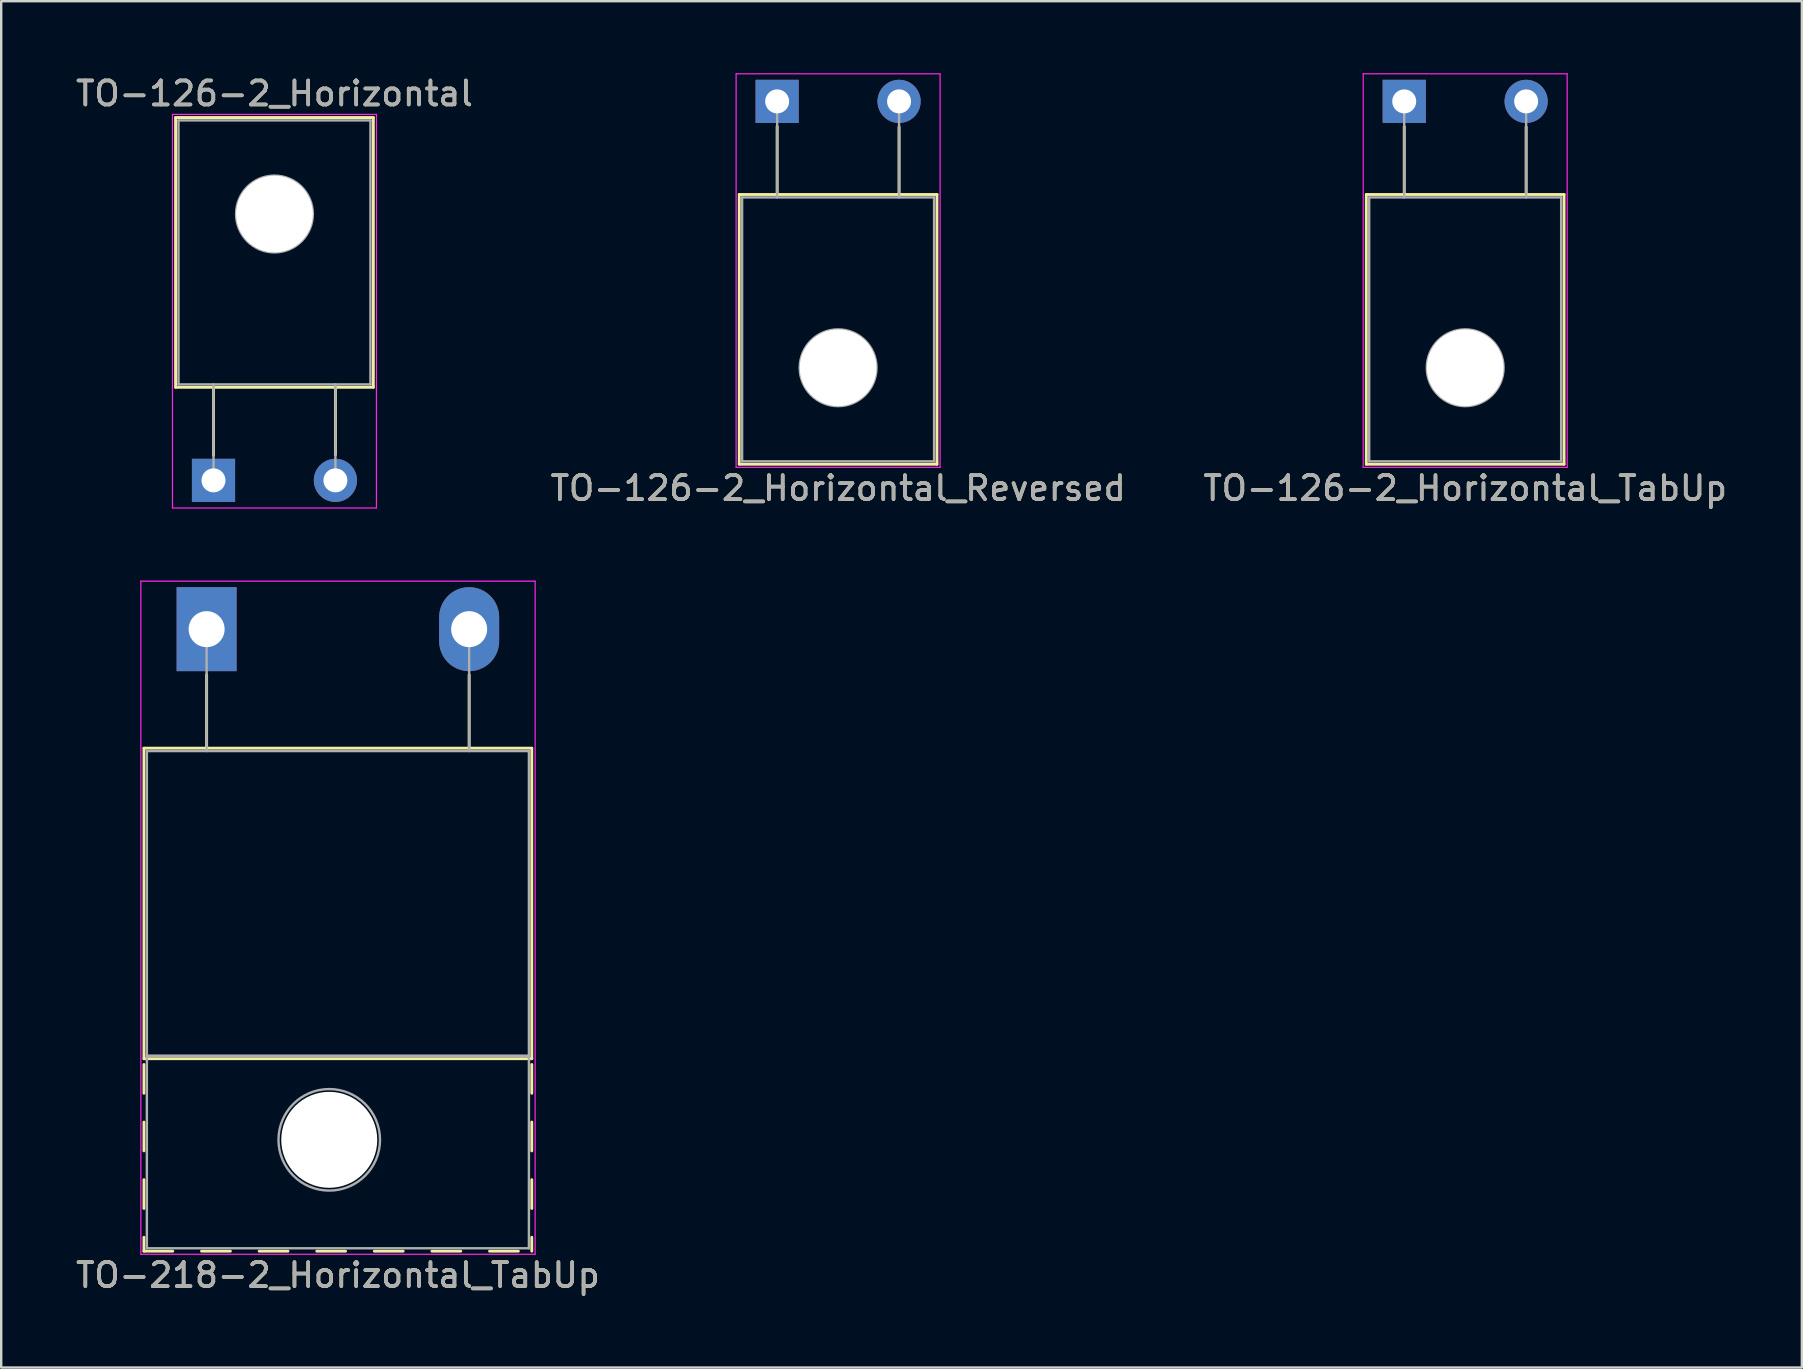
<source format=kicad_pcb>
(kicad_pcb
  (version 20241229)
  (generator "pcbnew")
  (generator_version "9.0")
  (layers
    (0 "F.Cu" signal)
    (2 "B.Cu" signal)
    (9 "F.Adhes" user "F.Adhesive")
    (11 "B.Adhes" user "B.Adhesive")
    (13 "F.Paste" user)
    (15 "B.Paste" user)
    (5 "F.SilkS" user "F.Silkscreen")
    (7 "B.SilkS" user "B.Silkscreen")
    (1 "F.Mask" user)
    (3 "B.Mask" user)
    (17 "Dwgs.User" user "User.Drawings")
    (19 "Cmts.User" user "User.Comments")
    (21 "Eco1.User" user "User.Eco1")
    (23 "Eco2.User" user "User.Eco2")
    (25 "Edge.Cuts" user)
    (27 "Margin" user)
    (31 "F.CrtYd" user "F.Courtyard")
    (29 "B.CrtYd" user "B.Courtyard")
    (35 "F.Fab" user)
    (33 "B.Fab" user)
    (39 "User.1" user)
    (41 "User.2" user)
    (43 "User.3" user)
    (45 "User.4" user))
  (footprint "TO-126-2_Horizontal_TabUp"
    (layer "F.Cu")
    (at 55.466 1.175)
    (property "Reference" "TO-126-2_Horizontal_TabUp" (at 2.54 16.12 0) (layer "F.SilkS") (effects (font (size 1 1) (thickness 0.15))))
    (attr through_hole)
    (fp_line (start -1.58 3.88) (end -1.58 15.12) (stroke (width 0.12) (type solid)) (layer "F.SilkS"))
    (fp_line (start -1.58 3.88) (end 6.66 3.88) (stroke (width 0.12) (type solid)) (layer "F.SilkS"))
    (fp_line (start -1.58 15.12) (end 6.66 15.12) (stroke (width 0.12) (type solid)) (layer "F.SilkS"))
    (fp_line (start 0 1.05) (end 0 3.88) (stroke (width 0.12) (type solid)) (layer "F.SilkS"))
    (fp_line (start 5.08 1.066) (end 5.08 3.88) (stroke (width 0.12) (type solid)) (layer "F.SilkS"))
    (fp_line (start 6.66 3.88) (end 6.66 15.12) (stroke (width 0.12) (type solid)) (layer "F.SilkS"))
    (fp_line (start -1.71 -1.15) (end -1.71 15.25) (stroke (width 0.05) (type solid)) (layer "F.CrtYd"))
    (fp_line (start -1.71 15.25) (end 6.79 15.25) (stroke (width 0.05) (type solid)) (layer "F.CrtYd"))
    (fp_line (start 6.79 -1.15) (end -1.71 -1.15) (stroke (width 0.05) (type solid)) (layer "F.CrtYd"))
    (fp_line (start 6.79 15.25) (end 6.79 -1.15) (stroke (width 0.05) (type solid)) (layer "F.CrtYd"))
    (fp_line (start -1.46 4) (end -1.46 15) (stroke (width 0.1) (type solid)) (layer "F.Fab"))
    (fp_line (start -1.46 15) (end 6.54 15) (stroke (width 0.1) (type solid)) (layer "F.Fab"))
    (fp_line (start 0 4) (end 0 0) (stroke (width 0.1) (type solid)) (layer "F.Fab"))
    (fp_line (start 5.08 4) (end 5.08 0) (stroke (width 0.1) (type solid)) (layer "F.Fab"))
    (fp_line (start 6.54 4) (end -1.46 4) (stroke (width 0.1) (type solid)) (layer "F.Fab"))
    (fp_line (start 6.54 15) (end 6.54 4) (stroke (width 0.1) (type solid)) (layer "F.Fab"))
    (fp_circle (center 2.54 11.1) (end 4.14 11.1) (stroke (width 0.1) (type solid)) (fill no) (layer "F.Fab"))
    (fp_text user "${REFERENCE}" (at 2.54 16.12 0) (layer "F.Fab") (effects (font (size 1 1) (thickness 0.15))))
    (pad "" np_thru_hole oval (at 2.54 11.1) (size 3.2 3.2) (drill 3.2) (layers "*.Cu" "*.Mask"))
    (pad "1" thru_hole rect (at 0 0) (size 1.8 1.8) (drill 1) (layers "*.Cu" "*.Mask"))
    (pad "2" thru_hole oval (at 5.08 0) (size 1.8 1.8) (drill 1) (layers "*.Cu" "*.Mask")))
  (footprint "TO-126-2_Horizontal"
    (layer "F.Cu")
    (at 5.847 16.968)
    (property "Reference" "TO-126-2_Horizontal" (at 2.54 -16.12 0) (layer "F.SilkS") (effects (font (size 1 1) (thickness 0.15))))
    (attr through_hole)
    (fp_line (start -1.58 -15.12) (end -1.58 -3.88) (stroke (width 0.12) (type solid)) (layer "F.SilkS"))
    (fp_line (start -1.58 -15.12) (end 6.66 -15.12) (stroke (width 0.12) (type solid)) (layer "F.SilkS"))
    (fp_line (start -1.58 -3.88) (end 6.66 -3.88) (stroke (width 0.12) (type solid)) (layer "F.SilkS"))
    (fp_line (start 0 -3.88) (end 0 -1.05) (stroke (width 0.12) (type solid)) (layer "F.SilkS"))
    (fp_line (start 5.08 -3.88) (end 5.08 -1.066) (stroke (width 0.12) (type solid)) (layer "F.SilkS"))
    (fp_line (start 6.66 -15.12) (end 6.66 -3.88) (stroke (width 0.12) (type solid)) (layer "F.SilkS"))
    (fp_line (start -1.71 -15.25) (end -1.71 1.15) (stroke (width 0.05) (type solid)) (layer "F.CrtYd"))
    (fp_line (start -1.71 1.15) (end 6.79 1.15) (stroke (width 0.05) (type solid)) (layer "F.CrtYd"))
    (fp_line (start 6.79 -15.25) (end -1.71 -15.25) (stroke (width 0.05) (type solid)) (layer "F.CrtYd"))
    (fp_line (start 6.79 1.15) (end 6.79 -15.25) (stroke (width 0.05) (type solid)) (layer "F.CrtYd"))
    (fp_line (start -1.46 -15) (end 6.54 -15) (stroke (width 0.1) (type solid)) (layer "F.Fab"))
    (fp_line (start -1.46 -4) (end -1.46 -15) (stroke (width 0.1) (type solid)) (layer "F.Fab"))
    (fp_line (start 0 -4) (end 0 0) (stroke (width 0.1) (type solid)) (layer "F.Fab"))
    (fp_line (start 5.08 -4) (end 5.08 0) (stroke (width 0.1) (type solid)) (layer "F.Fab"))
    (fp_line (start 6.54 -15) (end 6.54 -4) (stroke (width 0.1) (type solid)) (layer "F.Fab"))
    (fp_line (start 6.54 -4) (end -1.46 -4) (stroke (width 0.1) (type solid)) (layer "F.Fab"))
    (fp_circle (center 2.54 -11.1) (end 4.14 -11.1) (stroke (width 0.1) (type solid)) (fill no) (layer "F.Fab"))
    (fp_text user "${REFERENCE}" (at 2.54 -16.12 0) (layer "F.Fab") (effects (font (size 1 1) (thickness 0.15))))
    (pad "" np_thru_hole oval (at 2.54 -11.1) (size 3.2 3.2) (drill 3.2) (layers "*.Cu" "*.Mask"))
    (pad "1" thru_hole rect (at 0 0) (size 1.8 1.8) (drill 1) (layers "*.Cu" "*.Mask"))
    (pad "2" thru_hole oval (at 5.08 0) (size 1.8 1.8) (drill 1) (layers "*.Cu" "*.Mask")))
  (footprint "TO-218-2_Horizontal_TabUp"
    (layer "F.Cu")
    (at 5.56 23.168)
    (property "Reference" "TO-218-2_Horizontal_TabUp" (at 5.47 26.92 0) (layer "F.SilkS") (effects (font (size 1 1) (thickness 0.15))))
    (attr through_hole)
    (fp_line (start -2.611 4.96) (end -2.611 17.9) (stroke (width 0.12) (type solid)) (layer "F.SilkS"))
    (fp_line (start -2.611 4.96) (end 13.55 4.96) (stroke (width 0.12) (type solid)) (layer "F.SilkS"))
    (fp_line (start -2.611 17.9) (end 13.55 17.9) (stroke (width 0.12) (type solid)) (layer "F.SilkS"))
    (fp_line (start -2.611 18.14) (end -2.611 19.34) (stroke (width 0.12) (type solid)) (layer "F.SilkS"))
    (fp_line (start -2.611 20.54) (end -2.611 21.74) (stroke (width 0.12) (type solid)) (layer "F.SilkS"))
    (fp_line (start -2.611 22.94) (end -2.611 24.14) (stroke (width 0.12) (type solid)) (layer "F.SilkS"))
    (fp_line (start -2.611 25.34) (end -2.611 25.92) (stroke (width 0.12) (type solid)) (layer "F.SilkS"))
    (fp_line (start -2.611 25.92) (end -1.411 25.92) (stroke (width 0.12) (type solid)) (layer "F.SilkS"))
    (fp_line (start -0.211 25.92) (end 0.99 25.92) (stroke (width 0.12) (type solid)) (layer "F.SilkS"))
    (fp_line (start 0 1.9) (end 0 4.96) (stroke (width 0.12) (type solid)) (layer "F.SilkS"))
    (fp_line (start 2.19 25.92) (end 3.39 25.92) (stroke (width 0.12) (type solid)) (layer "F.SilkS"))
    (fp_line (start 4.59 25.92) (end 5.79 25.92) (stroke (width 0.12) (type solid)) (layer "F.SilkS"))
    (fp_line (start 6.99 25.92) (end 8.19 25.92) (stroke (width 0.12) (type solid)) (layer "F.SilkS"))
    (fp_line (start 9.39 25.92) (end 10.59 25.92) (stroke (width 0.12) (type solid)) (layer "F.SilkS"))
    (fp_line (start 10.94 1.9) (end 10.94 4.96) (stroke (width 0.12) (type solid)) (layer "F.SilkS"))
    (fp_line (start 11.79 25.92) (end 12.99 25.92) (stroke (width 0.12) (type solid)) (layer "F.SilkS"))
    (fp_line (start 13.55 4.96) (end 13.55 17.9) (stroke (width 0.12) (type solid)) (layer "F.SilkS"))
    (fp_line (start 13.55 18.14) (end 13.55 19.34) (stroke (width 0.12) (type solid)) (layer "F.SilkS"))
    (fp_line (start 13.55 20.54) (end 13.55 21.74) (stroke (width 0.12) (type solid)) (layer "F.SilkS"))
    (fp_line (start 13.55 22.94) (end 13.55 24.14) (stroke (width 0.12) (type solid)) (layer "F.SilkS"))
    (fp_line (start 13.55 25.34) (end 13.55 25.92) (stroke (width 0.12) (type solid)) (layer "F.SilkS"))
    (fp_line (start -2.74 -2) (end -2.74 26.05) (stroke (width 0.05) (type solid)) (layer "F.CrtYd"))
    (fp_line (start -2.74 26.05) (end 13.69 26.05) (stroke (width 0.05) (type solid)) (layer "F.CrtYd"))
    (fp_line (start 13.69 -2) (end -2.74 -2) (stroke (width 0.05) (type solid)) (layer "F.CrtYd"))
    (fp_line (start 13.69 26.05) (end 13.69 -2) (stroke (width 0.05) (type solid)) (layer "F.CrtYd"))
    (fp_line (start -2.49 5.08) (end -2.49 17.78) (stroke (width 0.1) (type solid)) (layer "F.Fab"))
    (fp_line (start -2.49 17.78) (end -2.49 25.8) (stroke (width 0.1) (type solid)) (layer "F.Fab"))
    (fp_line (start -2.49 17.78) (end 13.43 17.78) (stroke (width 0.1) (type solid)) (layer "F.Fab"))
    (fp_line (start -2.49 25.8) (end 13.43 25.8) (stroke (width 0.1) (type solid)) (layer "F.Fab"))
    (fp_line (start 0 5.08) (end 0 0) (stroke (width 0.1) (type solid)) (layer "F.Fab"))
    (fp_line (start 10.94 5.08) (end 10.94 0) (stroke (width 0.1) (type solid)) (layer "F.Fab"))
    (fp_line (start 13.43 5.08) (end -2.49 5.08) (stroke (width 0.1) (type solid)) (layer "F.Fab"))
    (fp_line (start 13.43 17.78) (end -2.49 17.78) (stroke (width 0.1) (type solid)) (layer "F.Fab"))
    (fp_line (start 13.43 17.78) (end 13.43 5.08) (stroke (width 0.1) (type solid)) (layer "F.Fab"))
    (fp_line (start 13.43 25.8) (end 13.43 17.78) (stroke (width 0.1) (type solid)) (layer "F.Fab"))
    (fp_circle (center 5.11 21.28) (end 7.225 21.28) (stroke (width 0.1) (type solid)) (fill no) (layer "F.Fab"))
    (fp_text user "${REFERENCE}" (at 5.47 26.92 0) (layer "F.Fab") (effects (font (size 1 1) (thickness 0.15))))
    (pad "" np_thru_hole oval (at 5.11 21.28) (size 4 4) (drill 4) (layers "*.Cu" "*.Mask"))
    (pad "1" thru_hole rect (at 0 0) (size 2.5 3.5) (drill 1.5) (layers "*.Cu" "*.Mask"))
    (pad "2" thru_hole oval (at 10.94 0) (size 2.5 3.5) (drill 1.5) (layers "*.Cu" "*.Mask")))
  (footprint "TO-126-2_Horizontal_Reversed"
    (layer "F.Cu")
    (at 29.335 1.175)
    (property "Reference" "TO-126-2_Horizontal_Reversed" (at 2.54 16.12 0) (layer "F.SilkS") (effects (font (size 1 1) (thickness 0.15))))
    (attr through_hole)
    (fp_line (start -1.58 3.88) (end -1.58 15.12) (stroke (width 0.12) (type solid)) (layer "F.SilkS"))
    (fp_line (start -1.58 3.88) (end 6.66 3.88) (stroke (width 0.12) (type solid)) (layer "F.SilkS"))
    (fp_line (start -1.58 15.12) (end 6.66 15.12) (stroke (width 0.12) (type solid)) (layer "F.SilkS"))
    (fp_line (start 0 1.05) (end 0 3.88) (stroke (width 0.12) (type solid)) (layer "F.SilkS"))
    (fp_line (start 5.08 1.066) (end 5.08 3.88) (stroke (width 0.12) (type solid)) (layer "F.SilkS"))
    (fp_line (start 6.66 3.88) (end 6.66 15.12) (stroke (width 0.12) (type solid)) (layer "F.SilkS"))
    (fp_line (start -1.71 -1.15) (end -1.71 15.25) (stroke (width 0.05) (type solid)) (layer "F.CrtYd"))
    (fp_line (start -1.71 15.25) (end 6.79 15.25) (stroke (width 0.05) (type solid)) (layer "F.CrtYd"))
    (fp_line (start 6.79 -1.15) (end -1.71 -1.15) (stroke (width 0.05) (type solid)) (layer "F.CrtYd"))
    (fp_line (start 6.79 15.25) (end 6.79 -1.15) (stroke (width 0.05) (type solid)) (layer "F.CrtYd"))
    (fp_line (start -1.46 4) (end -1.46 15) (stroke (width 0.1) (type solid)) (layer "F.Fab"))
    (fp_line (start -1.46 15) (end 6.54 15) (stroke (width 0.1) (type solid)) (layer "F.Fab"))
    (fp_line (start 0 4) (end 0 0) (stroke (width 0.1) (type solid)) (layer "F.Fab"))
    (fp_line (start 5.08 4) (end 5.08 0) (stroke (width 0.1) (type solid)) (layer "F.Fab"))
    (fp_line (start 6.54 4) (end -1.46 4) (stroke (width 0.1) (type solid)) (layer "F.Fab"))
    (fp_line (start 6.54 15) (end 6.54 4) (stroke (width 0.1) (type solid)) (layer "F.Fab"))
    (fp_circle (center 2.54 11.1) (end 4.14 11.1) (stroke (width 0.1) (type solid)) (fill no) (layer "F.Fab"))
    (fp_text user "${REFERENCE}" (at 2.54 16.12 0) (layer "F.Fab") (effects (font (size 1 1) (thickness 0.15))))
    (pad "" np_thru_hole oval (at 2.54 11.1) (size 3.2 3.2) (drill 3.2) (layers "*.Cu" "*.Mask"))
    (pad "1" thru_hole rect (at 0 0) (size 1.8 1.8) (drill 1) (layers "*.Cu" "*.Mask"))
    (pad "2" thru_hole oval (at 5.08 0) (size 1.8 1.8) (drill 1) (layers "*.Cu" "*.Mask")))
  (gr_rect
    (start -3 -3)
    (end 72.036 53.937)
    (stroke (width 0.1) (type default))
    (fill no)
    (layer "Edge.Cuts")))
</source>
